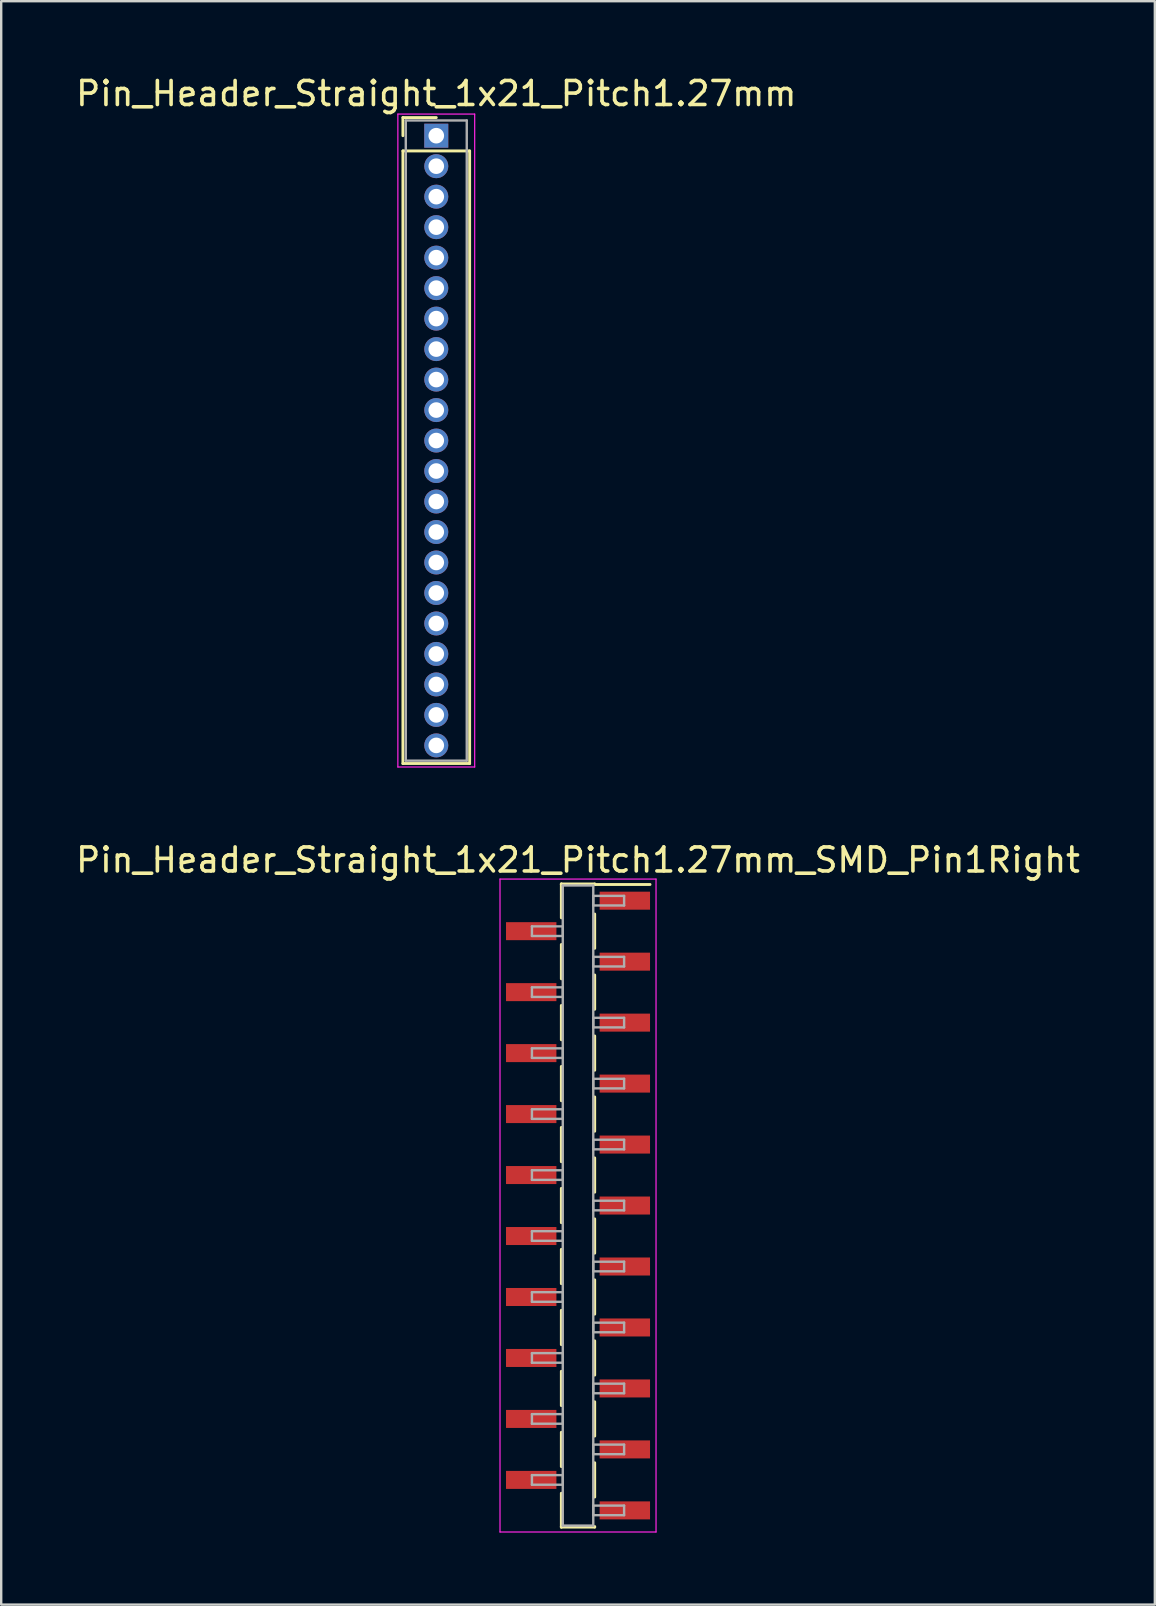
<source format=kicad_pcb>
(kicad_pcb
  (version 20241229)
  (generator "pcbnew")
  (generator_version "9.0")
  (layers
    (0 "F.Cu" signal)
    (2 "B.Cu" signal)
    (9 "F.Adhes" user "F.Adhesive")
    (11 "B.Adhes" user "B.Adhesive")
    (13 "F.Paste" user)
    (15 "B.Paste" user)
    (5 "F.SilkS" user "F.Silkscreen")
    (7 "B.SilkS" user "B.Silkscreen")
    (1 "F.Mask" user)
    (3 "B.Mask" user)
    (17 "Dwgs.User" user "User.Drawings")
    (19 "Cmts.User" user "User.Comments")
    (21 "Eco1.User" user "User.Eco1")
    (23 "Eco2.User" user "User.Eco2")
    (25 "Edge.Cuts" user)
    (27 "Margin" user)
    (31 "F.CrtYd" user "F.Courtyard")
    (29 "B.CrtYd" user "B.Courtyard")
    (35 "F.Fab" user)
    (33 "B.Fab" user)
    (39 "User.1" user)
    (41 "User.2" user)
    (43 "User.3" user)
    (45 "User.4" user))
  (footprint "Pin_Header_Straight_1x21_Pitch1.27mm_SMD_Pin1Right"
    (layer "F.Cu")
    (at 21.03 47.172)
    (property "Reference" "Pin_Header_Straight_1x21_Pitch1.27mm_SMD_Pin1Right" (at 0 -14.395 0) (layer "F.SilkS") (effects (font (size 1 1) (thickness 0.15))))
    (attr smd)
    (fp_line (start -0.695 -13.395) (end -0.695 -11.985) (stroke (width 0.12) (type solid)) (layer "F.SilkS"))
    (fp_line (start -0.695 -13.395) (end 0.695 -13.395) (stroke (width 0.12) (type solid)) (layer "F.SilkS"))
    (fp_line (start -0.695 -13.375) (end -0.695 -13.395) (stroke (width 0.12) (type solid)) (layer "F.SilkS"))
    (fp_line (start -0.695 -10.875) (end -0.695 -9.445) (stroke (width 0.12) (type solid)) (layer "F.SilkS"))
    (fp_line (start -0.695 -8.335) (end -0.695 -6.905) (stroke (width 0.12) (type solid)) (layer "F.SilkS"))
    (fp_line (start -0.695 -5.795) (end -0.695 -4.365) (stroke (width 0.12) (type solid)) (layer "F.SilkS"))
    (fp_line (start -0.695 -3.255) (end -0.695 -1.825) (stroke (width 0.12) (type solid)) (layer "F.SilkS"))
    (fp_line (start -0.695 -0.715) (end -0.695 0.715) (stroke (width 0.12) (type solid)) (layer "F.SilkS"))
    (fp_line (start -0.695 1.825) (end -0.695 3.255) (stroke (width 0.12) (type solid)) (layer "F.SilkS"))
    (fp_line (start -0.695 4.365) (end -0.695 5.795) (stroke (width 0.12) (type solid)) (layer "F.SilkS"))
    (fp_line (start -0.695 6.905) (end -0.695 8.335) (stroke (width 0.12) (type solid)) (layer "F.SilkS"))
    (fp_line (start -0.695 9.445) (end -0.695 10.875) (stroke (width 0.12) (type solid)) (layer "F.SilkS"))
    (fp_line (start -0.695 11.985) (end -0.695 13.395) (stroke (width 0.12) (type solid)) (layer "F.SilkS"))
    (fp_line (start -0.695 13.375) (end -0.695 13.395) (stroke (width 0.12) (type solid)) (layer "F.SilkS"))
    (fp_line (start -0.695 13.395) (end 0.695 13.395) (stroke (width 0.12) (type solid)) (layer "F.SilkS"))
    (fp_line (start 0.695 -13.395) (end 0.695 -13.375) (stroke (width 0.12) (type solid)) (layer "F.SilkS"))
    (fp_line (start 0.695 -13.375) (end 3 -13.375) (stroke (width 0.12) (type solid)) (layer "F.SilkS"))
    (fp_line (start 0.695 -12.145) (end 0.695 -10.715) (stroke (width 0.12) (type solid)) (layer "F.SilkS"))
    (fp_line (start 0.695 -9.605) (end 0.695 -8.175) (stroke (width 0.12) (type solid)) (layer "F.SilkS"))
    (fp_line (start 0.695 -7.065) (end 0.695 -5.635) (stroke (width 0.12) (type solid)) (layer "F.SilkS"))
    (fp_line (start 0.695 -4.525) (end 0.695 -3.095) (stroke (width 0.12) (type solid)) (layer "F.SilkS"))
    (fp_line (start 0.695 -1.985) (end 0.695 -0.555) (stroke (width 0.12) (type solid)) (layer "F.SilkS"))
    (fp_line (start 0.695 0.555) (end 0.695 1.985) (stroke (width 0.12) (type solid)) (layer "F.SilkS"))
    (fp_line (start 0.695 3.095) (end 0.695 4.525) (stroke (width 0.12) (type solid)) (layer "F.SilkS"))
    (fp_line (start 0.695 5.635) (end 0.695 7.065) (stroke (width 0.12) (type solid)) (layer "F.SilkS"))
    (fp_line (start 0.695 8.175) (end 0.695 9.605) (stroke (width 0.12) (type solid)) (layer "F.SilkS"))
    (fp_line (start 0.695 10.715) (end 0.695 12.145) (stroke (width 0.12) (type solid)) (layer "F.SilkS"))
    (fp_line (start 0.695 13.395) (end 0.695 13.375) (stroke (width 0.12) (type solid)) (layer "F.SilkS"))
    (fp_line (start -3.25 -13.6) (end -3.25 13.6) (stroke (width 0.05) (type solid)) (layer "F.CrtYd"))
    (fp_line (start -3.25 13.6) (end 3.25 13.6) (stroke (width 0.05) (type solid)) (layer "F.CrtYd"))
    (fp_line (start 3.25 -13.6) (end -3.25 -13.6) (stroke (width 0.05) (type solid)) (layer "F.CrtYd"))
    (fp_line (start 3.25 13.6) (end 3.25 -13.6) (stroke (width 0.05) (type solid)) (layer "F.CrtYd"))
    (fp_line (start -1.92 -11.63) (end -0.635 -11.63) (stroke (width 0.1) (type solid)) (layer "F.Fab"))
    (fp_line (start -1.92 -11.23) (end -1.92 -11.63) (stroke (width 0.1) (type solid)) (layer "F.Fab"))
    (fp_line (start -1.92 -9.09) (end -0.635 -9.09) (stroke (width 0.1) (type solid)) (layer "F.Fab"))
    (fp_line (start -1.92 -8.69) (end -1.92 -9.09) (stroke (width 0.1) (type solid)) (layer "F.Fab"))
    (fp_line (start -1.92 -6.55) (end -0.635 -6.55) (stroke (width 0.1) (type solid)) (layer "F.Fab"))
    (fp_line (start -1.92 -6.15) (end -1.92 -6.55) (stroke (width 0.1) (type solid)) (layer "F.Fab"))
    (fp_line (start -1.92 -4.01) (end -0.635 -4.01) (stroke (width 0.1) (type solid)) (layer "F.Fab"))
    (fp_line (start -1.92 -3.61) (end -1.92 -4.01) (stroke (width 0.1) (type solid)) (layer "F.Fab"))
    (fp_line (start -1.92 -1.47) (end -0.635 -1.47) (stroke (width 0.1) (type solid)) (layer "F.Fab"))
    (fp_line (start -1.92 -1.07) (end -1.92 -1.47) (stroke (width 0.1) (type solid)) (layer "F.Fab"))
    (fp_line (start -1.92 1.07) (end -0.635 1.07) (stroke (width 0.1) (type solid)) (layer "F.Fab"))
    (fp_line (start -1.92 1.47) (end -1.92 1.07) (stroke (width 0.1) (type solid)) (layer "F.Fab"))
    (fp_line (start -1.92 3.61) (end -0.635 3.61) (stroke (width 0.1) (type solid)) (layer "F.Fab"))
    (fp_line (start -1.92 4.01) (end -1.92 3.61) (stroke (width 0.1) (type solid)) (layer "F.Fab"))
    (fp_line (start -1.92 6.15) (end -0.635 6.15) (stroke (width 0.1) (type solid)) (layer "F.Fab"))
    (fp_line (start -1.92 6.55) (end -1.92 6.15) (stroke (width 0.1) (type solid)) (layer "F.Fab"))
    (fp_line (start -1.92 8.69) (end -0.635 8.69) (stroke (width 0.1) (type solid)) (layer "F.Fab"))
    (fp_line (start -1.92 9.09) (end -1.92 8.69) (stroke (width 0.1) (type solid)) (layer "F.Fab"))
    (fp_line (start -1.92 11.23) (end -0.635 11.23) (stroke (width 0.1) (type solid)) (layer "F.Fab"))
    (fp_line (start -1.92 11.63) (end -1.92 11.23) (stroke (width 0.1) (type solid)) (layer "F.Fab"))
    (fp_line (start -0.635 -13.335) (end -0.635 13.335) (stroke (width 0.1) (type solid)) (layer "F.Fab"))
    (fp_line (start -0.635 -11.63) (end -0.635 -11.23) (stroke (width 0.1) (type solid)) (layer "F.Fab"))
    (fp_line (start -0.635 -11.23) (end -1.92 -11.23) (stroke (width 0.1) (type solid)) (layer "F.Fab"))
    (fp_line (start -0.635 -9.09) (end -0.635 -8.69) (stroke (width 0.1) (type solid)) (layer "F.Fab"))
    (fp_line (start -0.635 -8.69) (end -1.92 -8.69) (stroke (width 0.1) (type solid)) (layer "F.Fab"))
    (fp_line (start -0.635 -6.55) (end -0.635 -6.15) (stroke (width 0.1) (type solid)) (layer "F.Fab"))
    (fp_line (start -0.635 -6.15) (end -1.92 -6.15) (stroke (width 0.1) (type solid)) (layer "F.Fab"))
    (fp_line (start -0.635 -4.01) (end -0.635 -3.61) (stroke (width 0.1) (type solid)) (layer "F.Fab"))
    (fp_line (start -0.635 -3.61) (end -1.92 -3.61) (stroke (width 0.1) (type solid)) (layer "F.Fab"))
    (fp_line (start -0.635 -1.47) (end -0.635 -1.07) (stroke (width 0.1) (type solid)) (layer "F.Fab"))
    (fp_line (start -0.635 -1.07) (end -1.92 -1.07) (stroke (width 0.1) (type solid)) (layer "F.Fab"))
    (fp_line (start -0.635 1.07) (end -0.635 1.47) (stroke (width 0.1) (type solid)) (layer "F.Fab"))
    (fp_line (start -0.635 1.47) (end -1.92 1.47) (stroke (width 0.1) (type solid)) (layer "F.Fab"))
    (fp_line (start -0.635 3.61) (end -0.635 4.01) (stroke (width 0.1) (type solid)) (layer "F.Fab"))
    (fp_line (start -0.635 4.01) (end -1.92 4.01) (stroke (width 0.1) (type solid)) (layer "F.Fab"))
    (fp_line (start -0.635 6.15) (end -0.635 6.55) (stroke (width 0.1) (type solid)) (layer "F.Fab"))
    (fp_line (start -0.635 6.55) (end -1.92 6.55) (stroke (width 0.1) (type solid)) (layer "F.Fab"))
    (fp_line (start -0.635 8.69) (end -0.635 9.09) (stroke (width 0.1) (type solid)) (layer "F.Fab"))
    (fp_line (start -0.635 9.09) (end -1.92 9.09) (stroke (width 0.1) (type solid)) (layer "F.Fab"))
    (fp_line (start -0.635 11.23) (end -0.635 11.63) (stroke (width 0.1) (type solid)) (layer "F.Fab"))
    (fp_line (start -0.635 11.63) (end -1.92 11.63) (stroke (width 0.1) (type solid)) (layer "F.Fab"))
    (fp_line (start -0.635 13.335) (end 0.635 13.335) (stroke (width 0.1) (type solid)) (layer "F.Fab"))
    (fp_line (start 0.635 -13.335) (end -0.635 -13.335) (stroke (width 0.1) (type solid)) (layer "F.Fab"))
    (fp_line (start 0.635 -12.9) (end 0.635 -12.5) (stroke (width 0.1) (type solid)) (layer "F.Fab"))
    (fp_line (start 0.635 -12.5) (end 1.92 -12.5) (stroke (width 0.1) (type solid)) (layer "F.Fab"))
    (fp_line (start 0.635 -10.36) (end 0.635 -9.96) (stroke (width 0.1) (type solid)) (layer "F.Fab"))
    (fp_line (start 0.635 -9.96) (end 1.92 -9.96) (stroke (width 0.1) (type solid)) (layer "F.Fab"))
    (fp_line (start 0.635 -7.82) (end 0.635 -7.42) (stroke (width 0.1) (type solid)) (layer "F.Fab"))
    (fp_line (start 0.635 -7.42) (end 1.92 -7.42) (stroke (width 0.1) (type solid)) (layer "F.Fab"))
    (fp_line (start 0.635 -5.28) (end 0.635 -4.88) (stroke (width 0.1) (type solid)) (layer "F.Fab"))
    (fp_line (start 0.635 -4.88) (end 1.92 -4.88) (stroke (width 0.1) (type solid)) (layer "F.Fab"))
    (fp_line (start 0.635 -2.74) (end 0.635 -2.34) (stroke (width 0.1) (type solid)) (layer "F.Fab"))
    (fp_line (start 0.635 -2.34) (end 1.92 -2.34) (stroke (width 0.1) (type solid)) (layer "F.Fab"))
    (fp_line (start 0.635 -0.2) (end 0.635 0.2) (stroke (width 0.1) (type solid)) (layer "F.Fab"))
    (fp_line (start 0.635 0.2) (end 1.92 0.2) (stroke (width 0.1) (type solid)) (layer "F.Fab"))
    (fp_line (start 0.635 2.34) (end 0.635 2.74) (stroke (width 0.1) (type solid)) (layer "F.Fab"))
    (fp_line (start 0.635 2.74) (end 1.92 2.74) (stroke (width 0.1) (type solid)) (layer "F.Fab"))
    (fp_line (start 0.635 4.88) (end 0.635 5.28) (stroke (width 0.1) (type solid)) (layer "F.Fab"))
    (fp_line (start 0.635 5.28) (end 1.92 5.28) (stroke (width 0.1) (type solid)) (layer "F.Fab"))
    (fp_line (start 0.635 7.42) (end 0.635 7.82) (stroke (width 0.1) (type solid)) (layer "F.Fab"))
    (fp_line (start 0.635 7.82) (end 1.92 7.82) (stroke (width 0.1) (type solid)) (layer "F.Fab"))
    (fp_line (start 0.635 9.96) (end 0.635 10.36) (stroke (width 0.1) (type solid)) (layer "F.Fab"))
    (fp_line (start 0.635 10.36) (end 1.92 10.36) (stroke (width 0.1) (type solid)) (layer "F.Fab"))
    (fp_line (start 0.635 12.5) (end 0.635 12.9) (stroke (width 0.1) (type solid)) (layer "F.Fab"))
    (fp_line (start 0.635 12.9) (end 1.92 12.9) (stroke (width 0.1) (type solid)) (layer "F.Fab"))
    (fp_line (start 0.635 13.335) (end 0.635 -13.335) (stroke (width 0.1) (type solid)) (layer "F.Fab"))
    (fp_line (start 1.92 -12.9) (end 0.635 -12.9) (stroke (width 0.1) (type solid)) (layer "F.Fab"))
    (fp_line (start 1.92 -12.5) (end 1.92 -12.9) (stroke (width 0.1) (type solid)) (layer "F.Fab"))
    (fp_line (start 1.92 -10.36) (end 0.635 -10.36) (stroke (width 0.1) (type solid)) (layer "F.Fab"))
    (fp_line (start 1.92 -9.96) (end 1.92 -10.36) (stroke (width 0.1) (type solid)) (layer "F.Fab"))
    (fp_line (start 1.92 -7.82) (end 0.635 -7.82) (stroke (width 0.1) (type solid)) (layer "F.Fab"))
    (fp_line (start 1.92 -7.42) (end 1.92 -7.82) (stroke (width 0.1) (type solid)) (layer "F.Fab"))
    (fp_line (start 1.92 -5.28) (end 0.635 -5.28) (stroke (width 0.1) (type solid)) (layer "F.Fab"))
    (fp_line (start 1.92 -4.88) (end 1.92 -5.28) (stroke (width 0.1) (type solid)) (layer "F.Fab"))
    (fp_line (start 1.92 -2.74) (end 0.635 -2.74) (stroke (width 0.1) (type solid)) (layer "F.Fab"))
    (fp_line (start 1.92 -2.34) (end 1.92 -2.74) (stroke (width 0.1) (type solid)) (layer "F.Fab"))
    (fp_line (start 1.92 -0.2) (end 0.635 -0.2) (stroke (width 0.1) (type solid)) (layer "F.Fab"))
    (fp_line (start 1.92 0.2) (end 1.92 -0.2) (stroke (width 0.1) (type solid)) (layer "F.Fab"))
    (fp_line (start 1.92 2.34) (end 0.635 2.34) (stroke (width 0.1) (type solid)) (layer "F.Fab"))
    (fp_line (start 1.92 2.74) (end 1.92 2.34) (stroke (width 0.1) (type solid)) (layer "F.Fab"))
    (fp_line (start 1.92 4.88) (end 0.635 4.88) (stroke (width 0.1) (type solid)) (layer "F.Fab"))
    (fp_line (start 1.92 5.28) (end 1.92 4.88) (stroke (width 0.1) (type solid)) (layer "F.Fab"))
    (fp_line (start 1.92 7.42) (end 0.635 7.42) (stroke (width 0.1) (type solid)) (layer "F.Fab"))
    (fp_line (start 1.92 7.82) (end 1.92 7.42) (stroke (width 0.1) (type solid)) (layer "F.Fab"))
    (fp_line (start 1.92 9.96) (end 0.635 9.96) (stroke (width 0.1) (type solid)) (layer "F.Fab"))
    (fp_line (start 1.92 10.36) (end 1.92 9.96) (stroke (width 0.1) (type solid)) (layer "F.Fab"))
    (fp_line (start 1.92 12.5) (end 0.635 12.5) (stroke (width 0.1) (type solid)) (layer "F.Fab"))
    (fp_line (start 1.92 12.9) (end 1.92 12.5) (stroke (width 0.1) (type solid)) (layer "F.Fab"))
    (pad "1" smd rect (at 1.95 -12.7) (size 2.1 0.75) (layers "F.Cu" "F.Mask"))
    (pad "2" smd rect (at -1.95 -11.43) (size 2.1 0.75) (layers "F.Cu" "F.Mask"))
    (pad "3" smd rect (at 1.95 -10.16) (size 2.1 0.75) (layers "F.Cu" "F.Mask"))
    (pad "4" smd rect (at -1.95 -8.89) (size 2.1 0.75) (layers "F.Cu" "F.Mask"))
    (pad "5" smd rect (at 1.95 -7.62) (size 2.1 0.75) (layers "F.Cu" "F.Mask"))
    (pad "6" smd rect (at -1.95 -6.35) (size 2.1 0.75) (layers "F.Cu" "F.Mask"))
    (pad "7" smd rect (at 1.95 -5.08) (size 2.1 0.75) (layers "F.Cu" "F.Mask"))
    (pad "8" smd rect (at -1.95 -3.81) (size 2.1 0.75) (layers "F.Cu" "F.Mask"))
    (pad "9" smd rect (at 1.95 -2.54) (size 2.1 0.75) (layers "F.Cu" "F.Mask"))
    (pad "10" smd rect (at -1.95 -1.27) (size 2.1 0.75) (layers "F.Cu" "F.Mask"))
    (pad "11" smd rect (at 1.95 0) (size 2.1 0.75) (layers "F.Cu" "F.Mask"))
    (pad "12" smd rect (at -1.95 1.27) (size 2.1 0.75) (layers "F.Cu" "F.Mask"))
    (pad "13" smd rect (at 1.95 2.54) (size 2.1 0.75) (layers "F.Cu" "F.Mask"))
    (pad "14" smd rect (at -1.95 3.81) (size 2.1 0.75) (layers "F.Cu" "F.Mask"))
    (pad "15" smd rect (at 1.95 5.08) (size 2.1 0.75) (layers "F.Cu" "F.Mask"))
    (pad "16" smd rect (at -1.95 6.35) (size 2.1 0.75) (layers "F.Cu" "F.Mask"))
    (pad "17" smd rect (at 1.95 7.62) (size 2.1 0.75) (layers "F.Cu" "F.Mask"))
    (pad "18" smd rect (at -1.95 8.89) (size 2.1 0.75) (layers "F.Cu" "F.Mask"))
    (pad "19" smd rect (at 1.95 10.16) (size 2.1 0.75) (layers "F.Cu" "F.Mask"))
    (pad "20" smd rect (at -1.95 11.43) (size 2.1 0.75) (layers "F.Cu" "F.Mask"))
    (pad "21" smd rect (at 1.95 12.7) (size 2.1 0.75) (layers "F.Cu" "F.Mask")))
  (footprint "Pin_Header_Straight_1x21_Pitch1.27mm"
    (layer "F.Cu")
    (at 15.125 2.603)
    (property "Reference" "Pin_Header_Straight_1x21_Pitch1.27mm" (at 0 -1.755 0) (layer "F.SilkS") (effects (font (size 1 1) (thickness 0.15))))
    (attr through_hole)
    (fp_line (start -1.39 -0.755) (end 0 -0.755) (stroke (width 0.12) (type solid)) (layer "F.SilkS"))
    (fp_line (start -1.39 0) (end -1.39 -0.755) (stroke (width 0.12) (type solid)) (layer "F.SilkS"))
    (fp_line (start -1.39 0.635) (end -1.39 26.155) (stroke (width 0.12) (type solid)) (layer "F.SilkS"))
    (fp_line (start -1.39 26.155) (end 1.39 26.155) (stroke (width 0.12) (type solid)) (layer "F.SilkS"))
    (fp_line (start 1.39 0.635) (end -1.39 0.635) (stroke (width 0.12) (type solid)) (layer "F.SilkS"))
    (fp_line (start 1.39 26.155) (end 1.39 0.635) (stroke (width 0.12) (type solid)) (layer "F.SilkS"))
    (fp_line (start -1.6 -0.9) (end -1.6 26.3) (stroke (width 0.05) (type solid)) (layer "F.CrtYd"))
    (fp_line (start -1.6 26.3) (end 1.6 26.3) (stroke (width 0.05) (type solid)) (layer "F.CrtYd"))
    (fp_line (start 1.6 -0.9) (end -1.6 -0.9) (stroke (width 0.05) (type solid)) (layer "F.CrtYd"))
    (fp_line (start 1.6 26.3) (end 1.6 -0.9) (stroke (width 0.05) (type solid)) (layer "F.CrtYd"))
    (fp_line (start -1.27 -0.635) (end -1.27 26.035) (stroke (width 0.1) (type solid)) (layer "F.Fab"))
    (fp_line (start -1.27 26.035) (end 1.27 26.035) (stroke (width 0.1) (type solid)) (layer "F.Fab"))
    (fp_line (start 1.27 -0.635) (end -1.27 -0.635) (stroke (width 0.1) (type solid)) (layer "F.Fab"))
    (fp_line (start 1.27 26.035) (end 1.27 -0.635) (stroke (width 0.1) (type solid)) (layer "F.Fab"))
    (pad "1" thru_hole rect (at 0 0) (size 1 1) (drill 0.65) (layers "*.Cu" "*.Mask"))
    (pad "2" thru_hole oval (at 0 1.27) (size 1 1) (drill 0.65) (layers "*.Cu" "*.Mask"))
    (pad "3" thru_hole oval (at 0 2.54) (size 1 1) (drill 0.65) (layers "*.Cu" "*.Mask"))
    (pad "4" thru_hole oval (at 0 3.81) (size 1 1) (drill 0.65) (layers "*.Cu" "*.Mask"))
    (pad "5" thru_hole oval (at 0 5.08) (size 1 1) (drill 0.65) (layers "*.Cu" "*.Mask"))
    (pad "6" thru_hole oval (at 0 6.35) (size 1 1) (drill 0.65) (layers "*.Cu" "*.Mask"))
    (pad "7" thru_hole oval (at 0 7.62) (size 1 1) (drill 0.65) (layers "*.Cu" "*.Mask"))
    (pad "8" thru_hole oval (at 0 8.89) (size 1 1) (drill 0.65) (layers "*.Cu" "*.Mask"))
    (pad "9" thru_hole oval (at 0 10.16) (size 1 1) (drill 0.65) (layers "*.Cu" "*.Mask"))
    (pad "10" thru_hole oval (at 0 11.43) (size 1 1) (drill 0.65) (layers "*.Cu" "*.Mask"))
    (pad "11" thru_hole oval (at 0 12.7) (size 1 1) (drill 0.65) (layers "*.Cu" "*.Mask"))
    (pad "12" thru_hole oval (at 0 13.97) (size 1 1) (drill 0.65) (layers "*.Cu" "*.Mask"))
    (pad "13" thru_hole oval (at 0 15.24) (size 1 1) (drill 0.65) (layers "*.Cu" "*.Mask"))
    (pad "14" thru_hole oval (at 0 16.51) (size 1 1) (drill 0.65) (layers "*.Cu" "*.Mask"))
    (pad "15" thru_hole oval (at 0 17.78) (size 1 1) (drill 0.65) (layers "*.Cu" "*.Mask"))
    (pad "16" thru_hole oval (at 0 19.05) (size 1 1) (drill 0.65) (layers "*.Cu" "*.Mask"))
    (pad "17" thru_hole oval (at 0 20.32) (size 1 1) (drill 0.65) (layers "*.Cu" "*.Mask"))
    (pad "18" thru_hole oval (at 0 21.59) (size 1 1) (drill 0.65) (layers "*.Cu" "*.Mask"))
    (pad "19" thru_hole oval (at 0 22.86) (size 1 1) (drill 0.65) (layers "*.Cu" "*.Mask"))
    (pad "20" thru_hole oval (at 0 24.13) (size 1 1) (drill 0.65) (layers "*.Cu" "*.Mask"))
    (pad "21" thru_hole oval (at 0 25.4) (size 1 1) (drill 0.65) (layers "*.Cu" "*.Mask")))
  (gr_rect
    (start -3 -3)
    (end 45.06 63.797)
    (stroke (width 0.1) (type default))
    (fill no)
    (layer "Edge.Cuts")))
</source>
